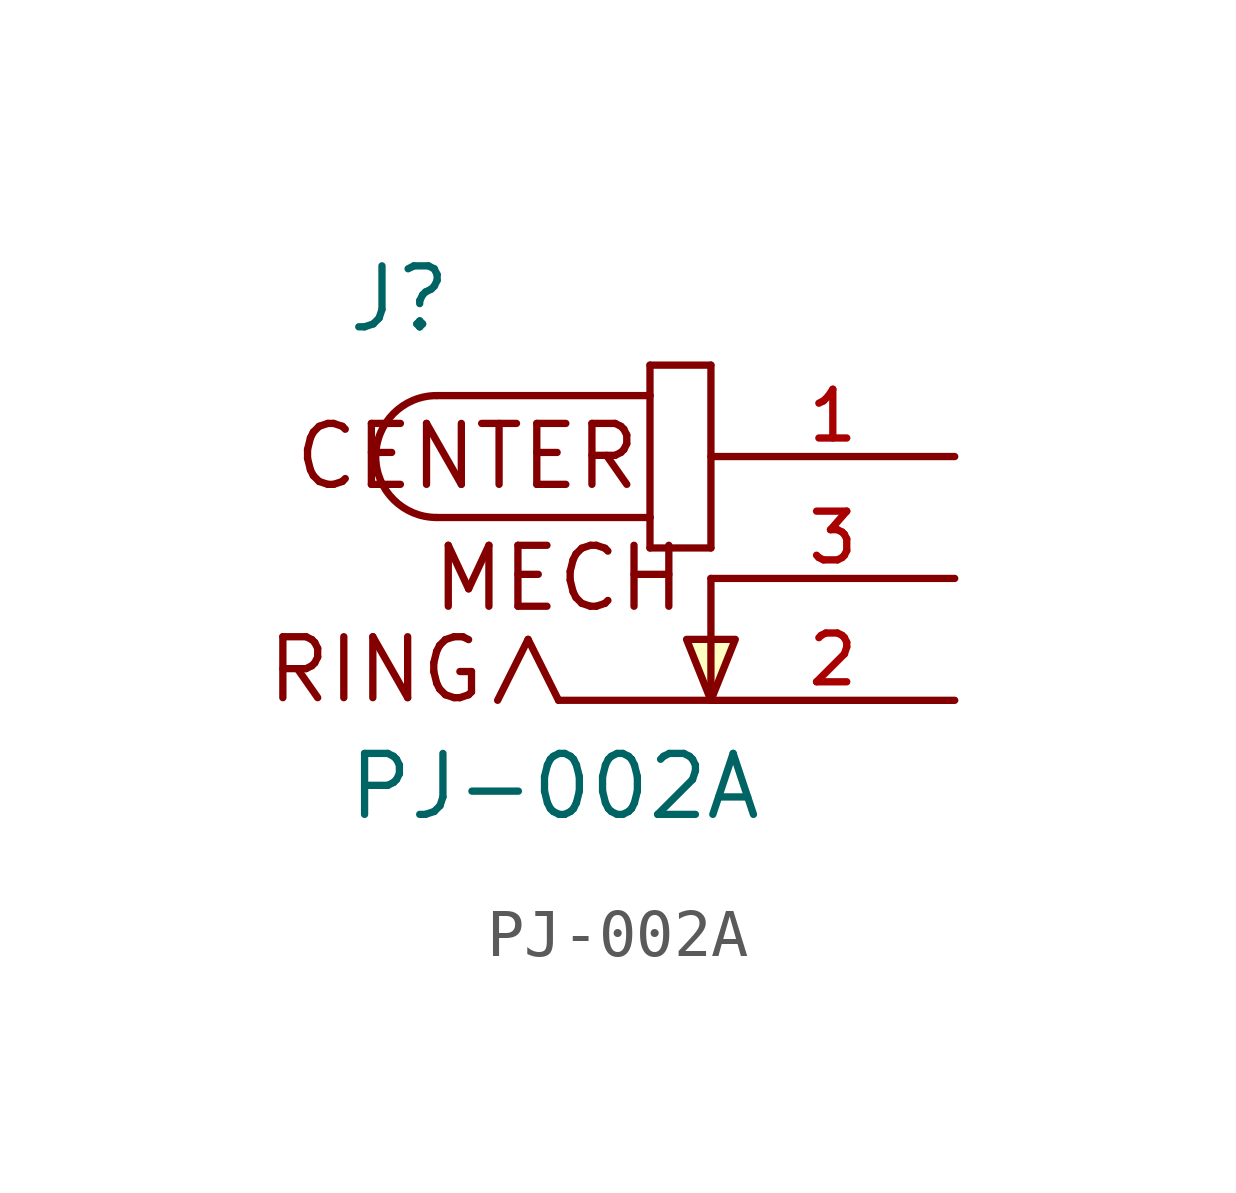
<source format=kicad_sym>
(kicad_symbol_lib
  (version 20231120)
  (generator "kicad_symbol_editor")
  (generator_version "8.0")
  (symbol "PJ-002A"
    (pin_names
      (offset 1.016) hide)
    (property "Reference" "J"
      (at -7.62 5.08 0)
      (effects (font (size 1.27 1.27)) (justify left bottom)))
    (property "Value" "PJ-002A"
      (at -7.62 -5.08 0)
      (effects (font (size 1.27 1.27)) (justify left bottom)))
    (property "ki_locked" ""
      (at 0 0 0)
      (effects (font (size 1.27 1.27))))
    (symbol "PJ-002A_0_0"
      (arc (start -5.715 3.81) (mid -6.985 2.54) (end -5.715 1.27) (stroke (width 0.1524) (type solid)) (fill (type none)))
      (polyline (pts (xy -5.715 3.81) (xy -1.27 3.81)) (stroke (width 0.152) (type solid)) (fill (type none)))
      (polyline (pts (xy -3.81 -1.27) (xy -4.445 -2.54)) (stroke (width 0.152) (type solid)) (fill (type none)))
      (polyline (pts (xy -3.175 -2.54) (xy -3.81 -1.27)) (stroke (width 0.152) (type solid)) (fill (type none)))
      (polyline (pts (xy -1.27 0.635) (xy 0 0.635)) (stroke (width 0.152) (type solid)) (fill (type none)))
      (polyline (pts (xy -1.27 1.27) (xy -5.715 1.27)) (stroke (width 0.152) (type solid)) (fill (type none)))
      (polyline (pts (xy -1.27 1.27) (xy -1.27 0.635)) (stroke (width 0.152) (type solid)) (fill (type none)))
      (polyline (pts (xy -1.27 3.81) (xy -1.27 1.27)) (stroke (width 0.152) (type solid)) (fill (type none)))
      (polyline (pts (xy -1.27 4.445) (xy -1.27 3.81)) (stroke (width 0.152) (type solid)) (fill (type none)))
      (polyline (pts (xy 0 -2.54) (xy -3.175 -2.54)) (stroke (width 0.152) (type solid)) (fill (type none)))
      (polyline (pts (xy 0 0) (xy 0 -2.54)) (stroke (width 0.152) (type solid)) (fill (type none)))
      (polyline (pts (xy 0 0.635) (xy 0 4.445)) (stroke (width 0.152) (type solid)) (fill (type none)))
      (polyline (pts (xy 0 4.445) (xy -1.27 4.445)) (stroke (width 0.152) (type solid)) (fill (type none)))
      (polyline (pts (xy 0 -2.54) (xy -0.508 -1.27) (xy 0.508 -1.27) (xy 0 -2.54)) (stroke (width 0.152) (type solid)) (fill (type background)))
      (pin passive line (at 5.08 2.54 180) (length 5.08) (name "~" (effects (font (size 1.016 1.016)))) (number "1" (effects (font (size 1.016 1.016)))))
      (pin passive line (at 5.08 -2.54 180) (length 5.08) (name "~" (effects (font (size 1.016 1.016)))) (number "2" (effects (font (size 1.016 1.016)))))
      (pin passive line (at 5.08 0 180) (length 5.08) (name "~" (effects (font (size 1.016 1.016)))) (number "3" (effects (font (size 1.016 1.016))))))
    (symbol "PJ-002A_1_1"
      (text "CENTER" (at -5.08 2.54 0) (effects (font (size 1.27 1.27))))
      (text "MECH" (at -3.175 0 0) (effects (font (size 1.27 1.27))))
      (text "RING" (at -6.985 -1.905 0) (effects (font (size 1.27 1.27)))))))
</source>
